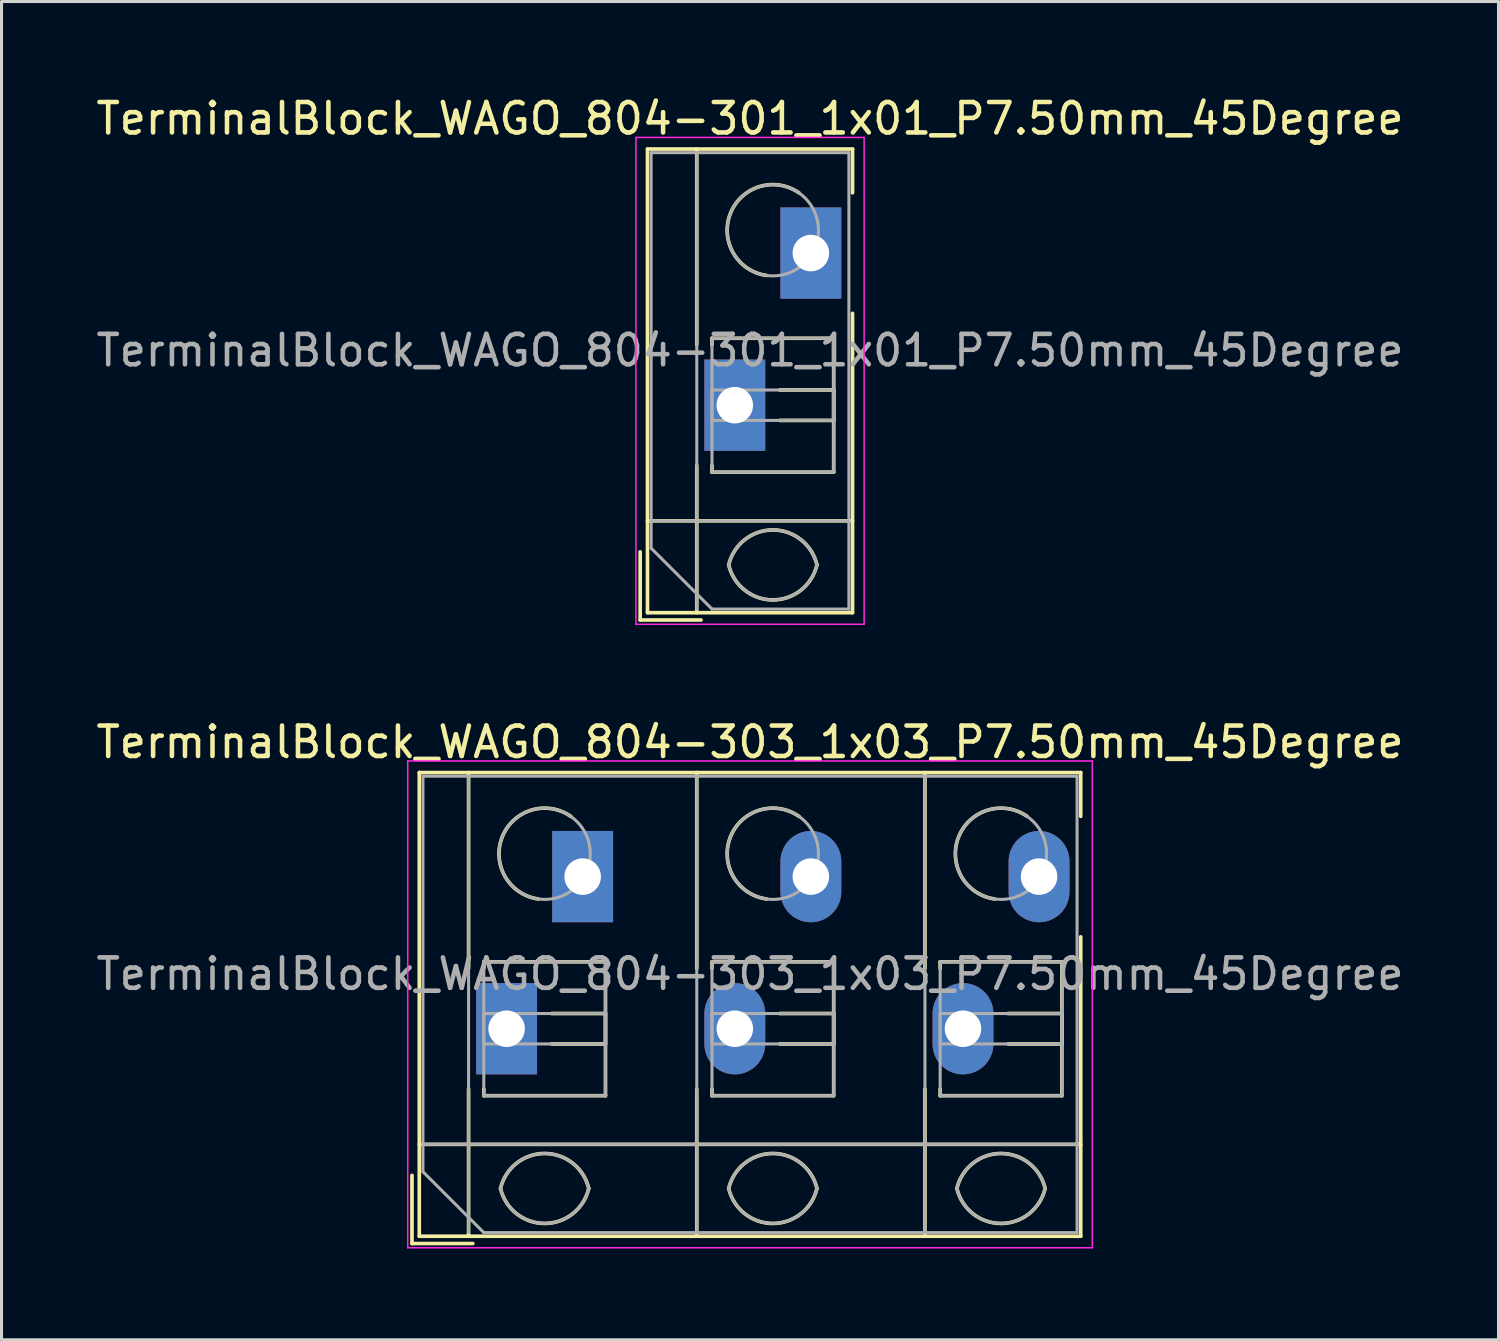
<source format=kicad_pcb>
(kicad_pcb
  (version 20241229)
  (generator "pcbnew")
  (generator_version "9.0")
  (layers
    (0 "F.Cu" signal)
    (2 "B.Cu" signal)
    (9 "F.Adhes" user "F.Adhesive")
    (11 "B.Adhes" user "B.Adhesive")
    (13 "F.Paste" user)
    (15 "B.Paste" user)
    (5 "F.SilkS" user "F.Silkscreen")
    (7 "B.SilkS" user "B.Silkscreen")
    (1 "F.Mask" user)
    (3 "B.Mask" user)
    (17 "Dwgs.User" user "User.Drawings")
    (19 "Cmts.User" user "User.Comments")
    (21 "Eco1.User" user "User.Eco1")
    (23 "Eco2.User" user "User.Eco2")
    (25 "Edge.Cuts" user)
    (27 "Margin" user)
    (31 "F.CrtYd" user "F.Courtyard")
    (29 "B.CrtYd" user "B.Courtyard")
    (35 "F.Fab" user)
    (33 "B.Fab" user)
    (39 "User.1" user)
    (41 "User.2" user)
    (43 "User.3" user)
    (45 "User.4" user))
  (footprint "TerminalBlock_WAGO_804-301_1x01_P7.50mm_45Degree"
    (layer "F.Cu")
    (at 21.101 10.268)
    (property "Reference" "TerminalBlock_WAGO_804-301_1x01_P7.50mm_45Degree" (at 0.5 -9.42 0) (layer "F.SilkS") (effects (font (size 1 1) (thickness 0.15))))
    (attr through_hole)
    (fp_line (start -3.11 4.82) (end -3.11 7.06) (stroke (width 0.12) (type solid)) (layer "F.SilkS"))
    (fp_line (start -3.11 7.06) (end -1.11 7.06) (stroke (width 0.12) (type solid)) (layer "F.SilkS"))
    (fp_line (start -2.87 -8.42) (end -2.87 6.82) (stroke (width 0.12) (type solid)) (layer "F.SilkS"))
    (fp_line (start -2.87 -8.42) (end 3.87 -8.42) (stroke (width 0.12) (type solid)) (layer "F.SilkS"))
    (fp_line (start -2.87 3.8) (end 3.87 3.8) (stroke (width 0.12) (type solid)) (layer "F.SilkS"))
    (fp_line (start -2.87 6.82) (end 3.87 6.82) (stroke (width 0.12) (type solid)) (layer "F.SilkS"))
    (fp_line (start -1.25 -8.42) (end -1.25 -1.98) (stroke (width 0.12) (type solid)) (layer "F.SilkS"))
    (fp_line (start -1.25 1.98) (end -1.25 6.82) (stroke (width 0.12) (type solid)) (layer "F.SilkS"))
    (fp_line (start -0.75 -2.2) (end -0.75 -1.98) (stroke (width 0.12) (type solid)) (layer "F.SilkS"))
    (fp_line (start -0.75 -2.2) (end 3.25 -2.2) (stroke (width 0.12) (type solid)) (layer "F.SilkS"))
    (fp_line (start -0.75 1.98) (end -0.75 2.2) (stroke (width 0.12) (type solid)) (layer "F.SilkS"))
    (fp_line (start -0.75 2.2) (end 3.25 2.2) (stroke (width 0.12) (type solid)) (layer "F.SilkS"))
    (fp_line (start 1.48 -0.5) (end 3.25 -0.5) (stroke (width 0.12) (type solid)) (layer "F.SilkS"))
    (fp_line (start 1.48 0.5) (end 3.25 0.5) (stroke (width 0.12) (type solid)) (layer "F.SilkS"))
    (fp_line (start 3.25 -2.2) (end 3.25 2.2) (stroke (width 0.12) (type solid)) (layer "F.SilkS"))
    (fp_line (start 3.25 -0.5) (end 3.25 0.5) (stroke (width 0.12) (type solid)) (layer "F.SilkS"))
    (fp_line (start 3.87 -8.42) (end 3.87 -6.98) (stroke (width 0.12) (type solid)) (layer "F.SilkS"))
    (fp_line (start 3.87 -3.02) (end 3.87 6.82) (stroke (width 0.12) (type solid)) (layer "F.SilkS"))
    (fp_arc (start -0.200865 5.250424) (mid 1.250296 4.099926) (end 2.701 5.251) (stroke (width 0.12) (type solid)) (layer "F.SilkS"))
    (fp_arc (start 1.040798 -4.264067) (mid -0.146039 -6.300306) (end 2.111 -6.979) (stroke (width 0.12) (type solid)) (layer "F.SilkS"))
    (fp_arc (start 2.7 5.25) (mid 1.250068 6.400101) (end -0.199969 5.250133) (stroke (width 0.12) (type solid)) (layer "F.SilkS"))
    (fp_line (start -3.25 -8.8) (end -3.25 7.2) (stroke (width 0.05) (type solid)) (layer "F.CrtYd"))
    (fp_line (start -3.25 7.2) (end 4.25 7.2) (stroke (width 0.05) (type solid)) (layer "F.CrtYd"))
    (fp_line (start 4.25 -8.8) (end -3.25 -8.8) (stroke (width 0.05) (type solid)) (layer "F.CrtYd"))
    (fp_line (start 4.25 7.2) (end 4.25 -8.8) (stroke (width 0.05) (type solid)) (layer "F.CrtYd"))
    (fp_line (start -2.75 -8.3) (end 3.75 -8.3) (stroke (width 0.1) (type solid)) (layer "F.Fab"))
    (fp_line (start -2.75 3.8) (end 3.75 3.8) (stroke (width 0.1) (type solid)) (layer "F.Fab"))
    (fp_line (start -2.75 4.7) (end -2.75 -8.3) (stroke (width 0.1) (type solid)) (layer "F.Fab"))
    (fp_line (start -1.25 -8.3) (end -1.25 6.7) (stroke (width 0.1) (type solid)) (layer "F.Fab"))
    (fp_line (start -0.75 -2.2) (end -0.75 2.2) (stroke (width 0.1) (type solid)) (layer "F.Fab"))
    (fp_line (start -0.75 -0.5) (end -0.75 0.5) (stroke (width 0.1) (type solid)) (layer "F.Fab"))
    (fp_line (start -0.75 0.5) (end 3.25 0.5) (stroke (width 0.1) (type solid)) (layer "F.Fab"))
    (fp_line (start -0.75 2.2) (end 3.25 2.2) (stroke (width 0.1) (type solid)) (layer "F.Fab"))
    (fp_line (start -0.75 6.7) (end -2.75 4.7) (stroke (width 0.1) (type solid)) (layer "F.Fab"))
    (fp_line (start 3.25 -2.2) (end -0.75 -2.2) (stroke (width 0.1) (type solid)) (layer "F.Fab"))
    (fp_line (start 3.25 -0.5) (end -0.75 -0.5) (stroke (width 0.1) (type solid)) (layer "F.Fab"))
    (fp_line (start 3.25 0.5) (end 3.25 -0.5) (stroke (width 0.1) (type solid)) (layer "F.Fab"))
    (fp_line (start 3.25 2.2) (end 3.25 -2.2) (stroke (width 0.1) (type solid)) (layer "F.Fab"))
    (fp_line (start 3.75 -8.3) (end 3.75 6.7) (stroke (width 0.1) (type solid)) (layer "F.Fab"))
    (fp_line (start 3.75 6.7) (end -0.75 6.7) (stroke (width 0.1) (type solid)) (layer "F.Fab"))
    (fp_arc (start -0.200865 5.250424) (mid 1.250296 4.099926) (end 2.701 5.251) (stroke (width 0.1) (type solid)) (layer "F.Fab"))
    (fp_arc (start 2.7 5.25) (mid 1.250068 6.400101) (end -0.199969 5.250133) (stroke (width 0.1) (type solid)) (layer "F.Fab"))
    (fp_circle (center 1.25 -5.75) (end 2.75 -5.75) (stroke (width 0.1) (type solid)) (fill no) (layer "F.Fab"))
    (fp_text user "${REFERENCE}" (at 0.5 -1.8 0) (layer "F.Fab") (effects (font (size 1 1) (thickness 0.15))))
    (pad "1" thru_hole rect (at 0 0) (size 2 3) (drill 1.2) (layers "*.Cu" "*.Mask"))
    (pad "1" thru_hole rect (at 2.5 -5) (size 2 3) (drill 1.2) (layers "*.Cu" "*.Mask")))
  (footprint "TerminalBlock_WAGO_804-303_1x03_P7.50mm_45Degree"
    (layer "F.Cu")
    (at 13.601 30.762)
    (property "Reference" "TerminalBlock_WAGO_804-303_1x03_P7.50mm_45Degree" (at 8 -9.42 0) (layer "F.SilkS") (effects (font (size 1 1) (thickness 0.15))))
    (attr through_hole)
    (fp_line (start -3.11 4.82) (end -3.11 7.06) (stroke (width 0.12) (type solid)) (layer "F.SilkS"))
    (fp_line (start -3.11 7.06) (end -1.11 7.06) (stroke (width 0.12) (type solid)) (layer "F.SilkS"))
    (fp_line (start -2.87 -8.42) (end -2.87 6.82) (stroke (width 0.12) (type solid)) (layer "F.SilkS"))
    (fp_line (start -2.87 -8.42) (end 18.87 -8.42) (stroke (width 0.12) (type solid)) (layer "F.SilkS"))
    (fp_line (start -2.87 3.8) (end 18.87 3.8) (stroke (width 0.12) (type solid)) (layer "F.SilkS"))
    (fp_line (start -2.87 6.82) (end 18.87 6.82) (stroke (width 0.12) (type solid)) (layer "F.SilkS"))
    (fp_line (start -1.25 -8.42) (end -1.25 -1.98) (stroke (width 0.12) (type solid)) (layer "F.SilkS"))
    (fp_line (start -1.25 1.98) (end -1.25 6.82) (stroke (width 0.12) (type solid)) (layer "F.SilkS"))
    (fp_line (start -0.75 -2.2) (end -0.75 -1.98) (stroke (width 0.12) (type solid)) (layer "F.SilkS"))
    (fp_line (start -0.75 -2.2) (end 3.25 -2.2) (stroke (width 0.12) (type solid)) (layer "F.SilkS"))
    (fp_line (start -0.75 1.98) (end -0.75 2.2) (stroke (width 0.12) (type solid)) (layer "F.SilkS"))
    (fp_line (start -0.75 2.2) (end 3.25 2.2) (stroke (width 0.12) (type solid)) (layer "F.SilkS"))
    (fp_line (start 1.48 -0.5) (end 3.25 -0.5) (stroke (width 0.12) (type solid)) (layer "F.SilkS"))
    (fp_line (start 1.48 0.5) (end 3.25 0.5) (stroke (width 0.12) (type solid)) (layer "F.SilkS"))
    (fp_line (start 3.25 -2.2) (end 3.25 2.2) (stroke (width 0.12) (type solid)) (layer "F.SilkS"))
    (fp_line (start 3.25 -0.5) (end 3.25 0.5) (stroke (width 0.12) (type solid)) (layer "F.SilkS"))
    (fp_line (start 6.25 -8.42) (end 6.25 -1.98) (stroke (width 0.12) (type solid)) (layer "F.SilkS"))
    (fp_line (start 6.25 1.98) (end 6.25 6.82) (stroke (width 0.12) (type solid)) (layer "F.SilkS"))
    (fp_line (start 6.75 -2.2) (end 6.75 -1.98) (stroke (width 0.12) (type solid)) (layer "F.SilkS"))
    (fp_line (start 6.75 -2.2) (end 10.75 -2.2) (stroke (width 0.12) (type solid)) (layer "F.SilkS"))
    (fp_line (start 6.75 1.98) (end 6.75 2.2) (stroke (width 0.12) (type solid)) (layer "F.SilkS"))
    (fp_line (start 6.75 2.2) (end 10.75 2.2) (stroke (width 0.12) (type solid)) (layer "F.SilkS"))
    (fp_line (start 8.98 -0.5) (end 10.75 -0.5) (stroke (width 0.12) (type solid)) (layer "F.SilkS"))
    (fp_line (start 8.98 0.5) (end 10.75 0.5) (stroke (width 0.12) (type solid)) (layer "F.SilkS"))
    (fp_line (start 10.75 -2.2) (end 10.75 2.2) (stroke (width 0.12) (type solid)) (layer "F.SilkS"))
    (fp_line (start 10.75 -0.5) (end 10.75 0.5) (stroke (width 0.12) (type solid)) (layer "F.SilkS"))
    (fp_line (start 13.75 -8.42) (end 13.75 -1.98) (stroke (width 0.12) (type solid)) (layer "F.SilkS"))
    (fp_line (start 13.75 1.98) (end 13.75 6.82) (stroke (width 0.12) (type solid)) (layer "F.SilkS"))
    (fp_line (start 14.25 -2.2) (end 14.25 -1.98) (stroke (width 0.12) (type solid)) (layer "F.SilkS"))
    (fp_line (start 14.25 -2.2) (end 18.25 -2.2) (stroke (width 0.12) (type solid)) (layer "F.SilkS"))
    (fp_line (start 14.25 1.98) (end 14.25 2.2) (stroke (width 0.12) (type solid)) (layer "F.SilkS"))
    (fp_line (start 14.25 2.2) (end 18.25 2.2) (stroke (width 0.12) (type solid)) (layer "F.SilkS"))
    (fp_line (start 16.48 -0.5) (end 18.25 -0.5) (stroke (width 0.12) (type solid)) (layer "F.SilkS"))
    (fp_line (start 16.48 0.5) (end 18.25 0.5) (stroke (width 0.12) (type solid)) (layer "F.SilkS"))
    (fp_line (start 18.25 -2.2) (end 18.25 2.2) (stroke (width 0.12) (type solid)) (layer "F.SilkS"))
    (fp_line (start 18.25 -0.5) (end 18.25 0.5) (stroke (width 0.12) (type solid)) (layer "F.SilkS"))
    (fp_line (start 18.87 -8.42) (end 18.87 -6.98) (stroke (width 0.12) (type solid)) (layer "F.SilkS"))
    (fp_line (start 18.87 -3.02) (end 18.87 6.82) (stroke (width 0.12) (type solid)) (layer "F.SilkS"))
    (fp_arc (start -0.200865 5.250424) (mid 1.250296 4.099926) (end 2.701 5.251) (stroke (width 0.12) (type solid)) (layer "F.SilkS"))
    (fp_arc (start 1.040798 -4.264067) (mid -0.146039 -6.300306) (end 2.111 -6.979) (stroke (width 0.12) (type solid)) (layer "F.SilkS"))
    (fp_arc (start 2.7 5.25) (mid 1.250068 6.400101) (end -0.199969 5.250133) (stroke (width 0.12) (type solid)) (layer "F.SilkS"))
    (fp_arc (start 7.299135 5.250424) (mid 8.750296 4.099926) (end 10.201 5.251) (stroke (width 0.12) (type solid)) (layer "F.SilkS"))
    (fp_arc (start 8.540798 -4.264067) (mid 7.353961 -6.300306) (end 9.611 -6.979) (stroke (width 0.12) (type solid)) (layer "F.SilkS"))
    (fp_arc (start 10.2 5.25) (mid 8.750068 6.400101) (end 7.300031 5.250133) (stroke (width 0.12) (type solid)) (layer "F.SilkS"))
    (fp_arc (start 14.799135 5.250424) (mid 16.250296 4.099926) (end 17.701 5.251) (stroke (width 0.12) (type solid)) (layer "F.SilkS"))
    (fp_arc (start 16.040798 -4.264067) (mid 14.853961 -6.300306) (end 17.111 -6.979) (stroke (width 0.12) (type solid)) (layer "F.SilkS"))
    (fp_arc (start 17.7 5.25) (mid 16.250068 6.400101) (end 14.800031 5.250133) (stroke (width 0.12) (type solid)) (layer "F.SilkS"))
    (fp_line (start -3.25 -8.8) (end -3.25 7.2) (stroke (width 0.05) (type solid)) (layer "F.CrtYd"))
    (fp_line (start -3.25 7.2) (end 19.25 7.2) (stroke (width 0.05) (type solid)) (layer "F.CrtYd"))
    (fp_line (start 19.25 -8.8) (end -3.25 -8.8) (stroke (width 0.05) (type solid)) (layer "F.CrtYd"))
    (fp_line (start 19.25 7.2) (end 19.25 -8.8) (stroke (width 0.05) (type solid)) (layer "F.CrtYd"))
    (fp_line (start -2.75 -8.3) (end 18.75 -8.3) (stroke (width 0.1) (type solid)) (layer "F.Fab"))
    (fp_line (start -2.75 3.8) (end 18.75 3.8) (stroke (width 0.1) (type solid)) (layer "F.Fab"))
    (fp_line (start -2.75 4.7) (end -2.75 -8.3) (stroke (width 0.1) (type solid)) (layer "F.Fab"))
    (fp_line (start -1.25 -8.3) (end -1.25 6.7) (stroke (width 0.1) (type solid)) (layer "F.Fab"))
    (fp_line (start -0.75 -2.2) (end -0.75 2.2) (stroke (width 0.1) (type solid)) (layer "F.Fab"))
    (fp_line (start -0.75 -0.5) (end -0.75 0.5) (stroke (width 0.1) (type solid)) (layer "F.Fab"))
    (fp_line (start -0.75 0.5) (end 3.25 0.5) (stroke (width 0.1) (type solid)) (layer "F.Fab"))
    (fp_line (start -0.75 2.2) (end 3.25 2.2) (stroke (width 0.1) (type solid)) (layer "F.Fab"))
    (fp_line (start -0.75 6.7) (end -2.75 4.7) (stroke (width 0.1) (type solid)) (layer "F.Fab"))
    (fp_line (start 3.25 -2.2) (end -0.75 -2.2) (stroke (width 0.1) (type solid)) (layer "F.Fab"))
    (fp_line (start 3.25 -0.5) (end -0.75 -0.5) (stroke (width 0.1) (type solid)) (layer "F.Fab"))
    (fp_line (start 3.25 0.5) (end 3.25 -0.5) (stroke (width 0.1) (type solid)) (layer "F.Fab"))
    (fp_line (start 3.25 2.2) (end 3.25 -2.2) (stroke (width 0.1) (type solid)) (layer "F.Fab"))
    (fp_line (start 6.25 -8.3) (end 6.25 6.7) (stroke (width 0.1) (type solid)) (layer "F.Fab"))
    (fp_line (start 6.75 -2.2) (end 6.75 2.2) (stroke (width 0.1) (type solid)) (layer "F.Fab"))
    (fp_line (start 6.75 -0.5) (end 6.75 0.5) (stroke (width 0.1) (type solid)) (layer "F.Fab"))
    (fp_line (start 6.75 0.5) (end 10.75 0.5) (stroke (width 0.1) (type solid)) (layer "F.Fab"))
    (fp_line (start 6.75 2.2) (end 10.75 2.2) (stroke (width 0.1) (type solid)) (layer "F.Fab"))
    (fp_line (start 10.75 -2.2) (end 6.75 -2.2) (stroke (width 0.1) (type solid)) (layer "F.Fab"))
    (fp_line (start 10.75 -0.5) (end 6.75 -0.5) (stroke (width 0.1) (type solid)) (layer "F.Fab"))
    (fp_line (start 10.75 0.5) (end 10.75 -0.5) (stroke (width 0.1) (type solid)) (layer "F.Fab"))
    (fp_line (start 10.75 2.2) (end 10.75 -2.2) (stroke (width 0.1) (type solid)) (layer "F.Fab"))
    (fp_line (start 13.75 -8.3) (end 13.75 6.7) (stroke (width 0.1) (type solid)) (layer "F.Fab"))
    (fp_line (start 14.25 -2.2) (end 14.25 2.2) (stroke (width 0.1) (type solid)) (layer "F.Fab"))
    (fp_line (start 14.25 -0.5) (end 14.25 0.5) (stroke (width 0.1) (type solid)) (layer "F.Fab"))
    (fp_line (start 14.25 0.5) (end 18.25 0.5) (stroke (width 0.1) (type solid)) (layer "F.Fab"))
    (fp_line (start 14.25 2.2) (end 18.25 2.2) (stroke (width 0.1) (type solid)) (layer "F.Fab"))
    (fp_line (start 18.25 -2.2) (end 14.25 -2.2) (stroke (width 0.1) (type solid)) (layer "F.Fab"))
    (fp_line (start 18.25 -0.5) (end 14.25 -0.5) (stroke (width 0.1) (type solid)) (layer "F.Fab"))
    (fp_line (start 18.25 0.5) (end 18.25 -0.5) (stroke (width 0.1) (type solid)) (layer "F.Fab"))
    (fp_line (start 18.25 2.2) (end 18.25 -2.2) (stroke (width 0.1) (type solid)) (layer "F.Fab"))
    (fp_line (start 18.75 -8.3) (end 18.75 6.7) (stroke (width 0.1) (type solid)) (layer "F.Fab"))
    (fp_line (start 18.75 6.7) (end -0.75 6.7) (stroke (width 0.1) (type solid)) (layer "F.Fab"))
    (fp_arc (start -0.200865 5.250424) (mid 1.250296 4.099926) (end 2.701 5.251) (stroke (width 0.1) (type solid)) (layer "F.Fab"))
    (fp_arc (start 2.7 5.25) (mid 1.250068 6.400101) (end -0.199969 5.250133) (stroke (width 0.1) (type solid)) (layer "F.Fab"))
    (fp_arc (start 7.299135 5.250424) (mid 8.750296 4.099926) (end 10.201 5.251) (stroke (width 0.1) (type solid)) (layer "F.Fab"))
    (fp_arc (start 10.2 5.25) (mid 8.750068 6.400101) (end 7.300031 5.250133) (stroke (width 0.1) (type solid)) (layer "F.Fab"))
    (fp_arc (start 14.799135 5.250424) (mid 16.250296 4.099926) (end 17.701 5.251) (stroke (width 0.1) (type solid)) (layer "F.Fab"))
    (fp_arc (start 17.7 5.25) (mid 16.250068 6.400101) (end 14.800031 5.250133) (stroke (width 0.1) (type solid)) (layer "F.Fab"))
    (fp_circle (center 1.25 -5.75) (end 2.75 -5.75) (stroke (width 0.1) (type solid)) (fill no) (layer "F.Fab"))
    (fp_circle (center 8.75 -5.75) (end 10.25 -5.75) (stroke (width 0.1) (type solid)) (fill no) (layer "F.Fab"))
    (fp_circle (center 16.25 -5.75) (end 17.75 -5.75) (stroke (width 0.1) (type solid)) (fill no) (layer "F.Fab"))
    (fp_text user "${REFERENCE}" (at 8 -1.8 0) (layer "F.Fab") (effects (font (size 1 1) (thickness 0.15))))
    (pad "1" thru_hole rect (at 0 0) (size 2 3) (drill 1.2) (layers "*.Cu" "*.Mask"))
    (pad "1" thru_hole rect (at 2.5 -5) (size 2 3) (drill 1.2) (layers "*.Cu" "*.Mask"))
    (pad "2" thru_hole oval (at 7.5 0) (size 2 3) (drill 1.2) (layers "*.Cu" "*.Mask"))
    (pad "2" thru_hole oval (at 10 -5) (size 2 3) (drill 1.2) (layers "*.Cu" "*.Mask"))
    (pad "3" thru_hole oval (at 15 0) (size 2 3) (drill 1.2) (layers "*.Cu" "*.Mask"))
    (pad "3" thru_hole oval (at 17.5 -5) (size 2 3) (drill 1.2) (layers "*.Cu" "*.Mask")))
  (gr_rect
    (start -3 -3)
    (end 46.202 40.986)
    (stroke (width 0.1) (type default))
    (fill no)
    (layer "Edge.Cuts")))
</source>
